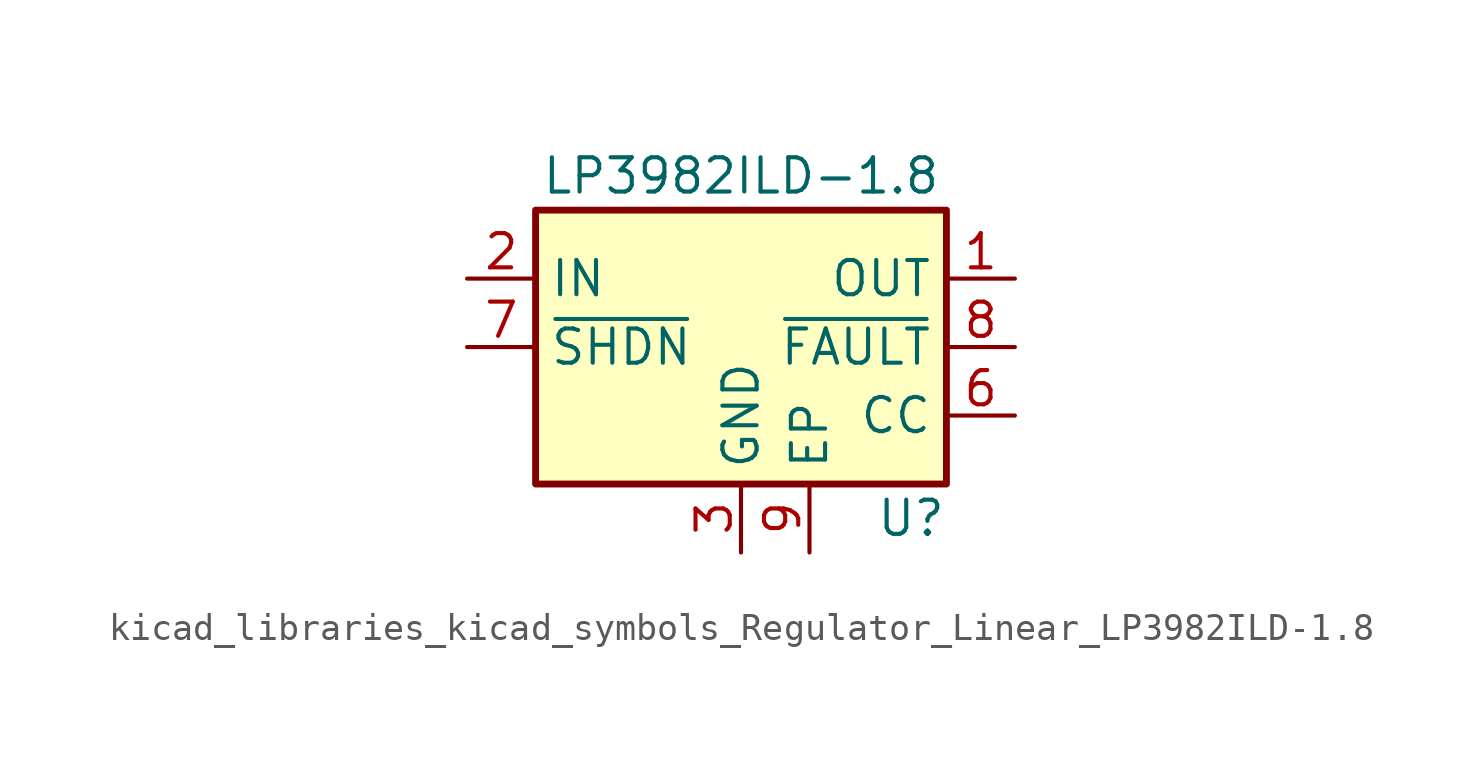
<source format=kicad_sym>
(kicad_symbol_lib
  (version 20220914)
  (generator kicad_symbol_editor)
  (symbol "kicad_libraries_kicad_symbols_Regulator_Linear_LP3982ILD-1.8"
    (property "Reference" "U"
      (at 7.62 -6.35 0)
      (effects (font (size 1.27 1.27)) (justify right)))
    (property "Value" "LP3982ILD-1.8"
      (at 0 6.35 0)
      (effects (font (size 1.27 1.27))))
    (symbol "kicad_libraries_kicad_symbols_Regulator_Linear_LP3982ILD-1.8_0_1"
      (rectangle (start -7.62 5.08) (end 7.62 -5.08) (stroke (width 0.254) (type default)) (fill (type background))))
    (symbol "kicad_libraries_kicad_symbols_Regulator_Linear_LP3982ILD-1.8_1_1"
      (pin power_out line (at 10.16 2.54 180) (length 2.54) (name "OUT" (effects (font (size 1.27 1.27)))) (number "1" (effects (font (size 1.27 1.27)))))
      (pin power_in line (at -10.16 2.54 0) (length 2.54) (name "IN" (effects (font (size 1.27 1.27)))) (number "2" (effects (font (size 1.27 1.27)))))
      (pin power_in line (at 0 -7.62 90) (length 2.54) (name "GND" (effects (font (size 1.27 1.27)))) (number "3" (effects (font (size 1.27 1.27)))))
      (pin passive line (at 10.16 2.54 180) (length 2.54) hide (name "OUT" (effects (font (size 1.27 1.27)))) (number "4" (effects (font (size 1.27 1.27)))))
      (pin no_connect line (at -7.62 -2.54 0) (length 2.54) hide (name "NC" (effects (font (size 1.27 1.27)))) (number "5" (effects (font (size 1.27 1.27)))))
      (pin passive line (at 10.16 -2.54 180) (length 2.54) (name "CC" (effects (font (size 1.27 1.27)))) (number "6" (effects (font (size 1.27 1.27)))))
      (pin input line (at -10.16 0 0) (length 2.54) (name "~{SHDN}" (effects (font (size 1.27 1.27)))) (number "7" (effects (font (size 1.27 1.27)))))
      (pin open_collector line (at 10.16 0 180) (length 2.54) (name "~{FAULT}" (effects (font (size 1.27 1.27)))) (number "8" (effects (font (size 1.27 1.27)))))
      (pin passive line (at 2.54 -7.62 90) (length 2.54) (name "EP" (effects (font (size 1.27 1.27)))) (number "9" (effects (font (size 1.27 1.27))))))))
</source>
